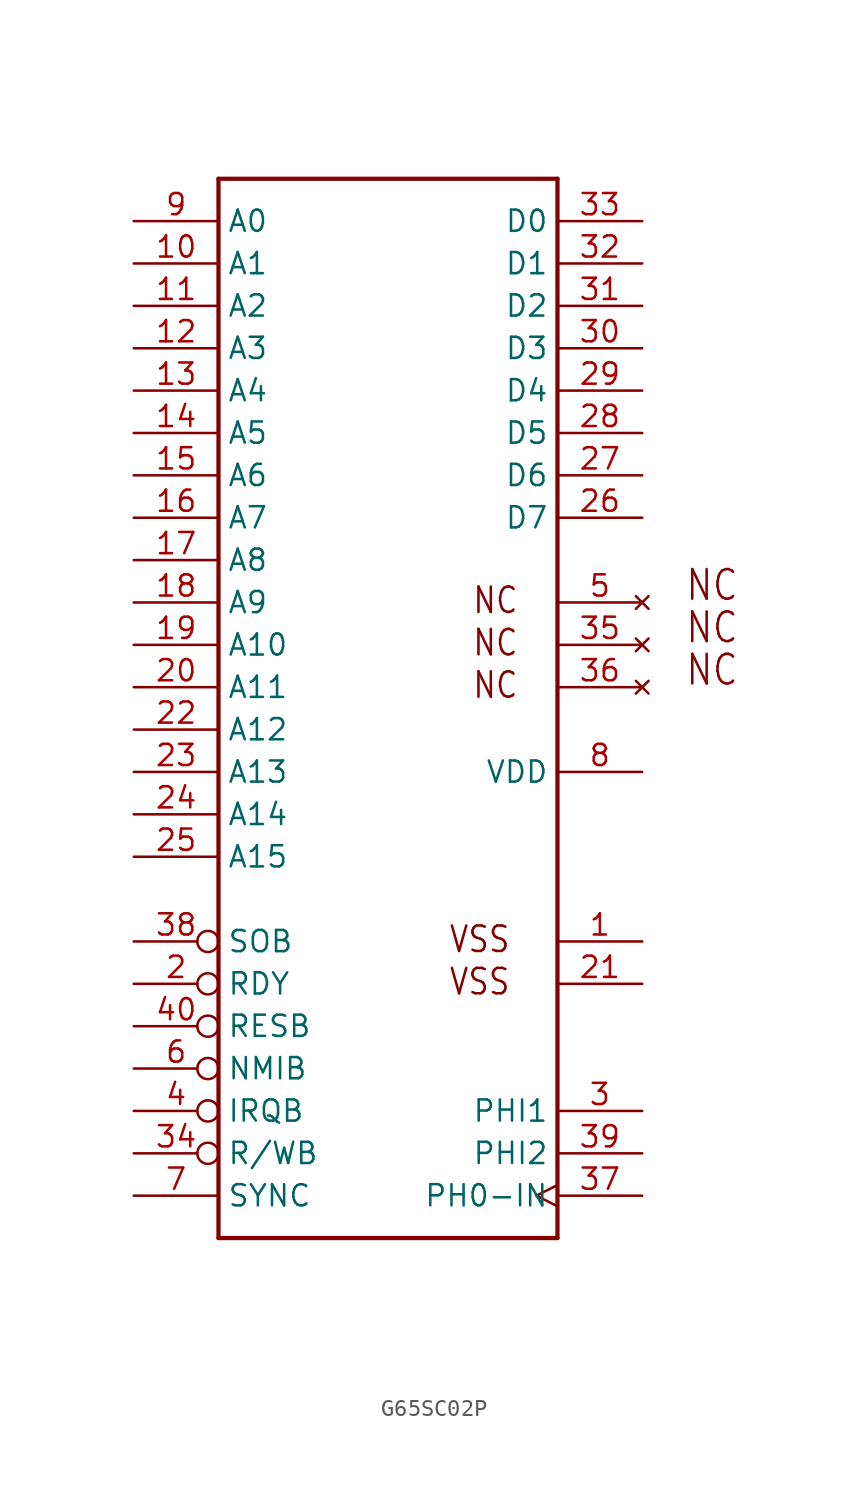
<source format=kicad_sym>
(kicad_symbol_lib
  (version 20220914)
  (generator kicad_symbol_editor)
  (symbol "G65SC02P"
    (property "Reference" "U"
      (at -10.16 27.94 0)
      (effects (font (size 1.778 1.511)) (justify left top) hide))
    (property "Value" ""
      (at -10.16 -40.64 0)
      (effects (font (size 1.778 1.511)) (justify left bottom)))
    (property "ki_locked" ""
      (at 0 0 0)
      (effects (font (size 1.27 1.27))))
    (symbol "G65SC02P_1_0"
      (polyline (pts (xy -10.16 -38.1) (xy -10.16 25.4)) (stroke (width 0.254) (type solid)) (fill (type none)))
      (polyline (pts (xy -10.16 25.4) (xy 10.16 25.4)) (stroke (width 0.254) (type solid)) (fill (type none)))
      (polyline (pts (xy 10.16 -38.1) (xy -10.16 -38.1)) (stroke (width 0.254) (type solid)) (fill (type none)))
      (polyline (pts (xy 10.16 25.4) (xy 10.16 -38.1)) (stroke (width 0.254) (type solid)) (fill (type none)))
      (text "NC" (at 5.016 -5.842 0) (effects (font (size 1.524 1.295)) (justify left bottom)))
      (text "NC" (at 5.016 -3.302 0) (effects (font (size 1.524 1.295)) (justify left bottom)))
      (text "NC" (at 5.016 -0.762 0) (effects (font (size 1.524 1.295)) (justify left bottom)))
      (text "NC" (at 17.78 -5.08 0) (effects (font (size 1.778 1.511)) (justify left bottom)))
      (text "NC" (at 17.78 -2.54 0) (effects (font (size 1.778 1.511)) (justify left bottom)))
      (text "NC" (at 17.78 0 0) (effects (font (size 1.778 1.511)) (justify left bottom)))
      (text "VSS" (at 3.607 -23.622 0) (effects (font (size 1.524 1.295)) (justify left bottom)))
      (text "VSS" (at 3.607 -21.082 0) (effects (font (size 1.524 1.295)) (justify left bottom)))
      (pin power_in line (at 15.24 -20.32 180) (length 5.08) (name "VSS$1" (effects (font (size 0 0)))) (number "1" (effects (font (size 1.27 1.27)))))
      (pin bidirectional line (at -15.24 20.32 0) (length 5.08) (name "A1" (effects (font (size 1.27 1.27)))) (number "10" (effects (font (size 1.27 1.27)))))
      (pin bidirectional line (at -15.24 17.78 0) (length 5.08) (name "A2" (effects (font (size 1.27 1.27)))) (number "11" (effects (font (size 1.27 1.27)))))
      (pin bidirectional line (at -15.24 15.24 0) (length 5.08) (name "A3" (effects (font (size 1.27 1.27)))) (number "12" (effects (font (size 1.27 1.27)))))
      (pin bidirectional line (at -15.24 12.7 0) (length 5.08) (name "A4" (effects (font (size 1.27 1.27)))) (number "13" (effects (font (size 1.27 1.27)))))
      (pin bidirectional line (at -15.24 10.16 0) (length 5.08) (name "A5" (effects (font (size 1.27 1.27)))) (number "14" (effects (font (size 1.27 1.27)))))
      (pin bidirectional line (at -15.24 7.62 0) (length 5.08) (name "A6" (effects (font (size 1.27 1.27)))) (number "15" (effects (font (size 1.27 1.27)))))
      (pin bidirectional line (at -15.24 5.08 0) (length 5.08) (name "A7" (effects (font (size 1.27 1.27)))) (number "16" (effects (font (size 1.27 1.27)))))
      (pin bidirectional line (at -15.24 2.54 0) (length 5.08) (name "A8" (effects (font (size 1.27 1.27)))) (number "17" (effects (font (size 1.27 1.27)))))
      (pin bidirectional line (at -15.24 0 0) (length 5.08) (name "A9" (effects (font (size 1.27 1.27)))) (number "18" (effects (font (size 1.27 1.27)))))
      (pin bidirectional line (at -15.24 -2.54 0) (length 5.08) (name "A10" (effects (font (size 1.27 1.27)))) (number "19" (effects (font (size 1.27 1.27)))))
      (pin bidirectional inverted (at -15.24 -22.86 0) (length 5.08) (name "RDY" (effects (font (size 1.27 1.27)))) (number "2" (effects (font (size 1.27 1.27)))))
      (pin bidirectional line (at -15.24 -5.08 0) (length 5.08) (name "A11" (effects (font (size 1.27 1.27)))) (number "20" (effects (font (size 1.27 1.27)))))
      (pin power_in line (at 15.24 -22.86 180) (length 5.08) (name "VSS$2" (effects (font (size 0 0)))) (number "21" (effects (font (size 1.27 1.27)))))
      (pin bidirectional line (at -15.24 -7.62 0) (length 5.08) (name "A12" (effects (font (size 1.27 1.27)))) (number "22" (effects (font (size 1.27 1.27)))))
      (pin bidirectional line (at -15.24 -10.16 0) (length 5.08) (name "A13" (effects (font (size 1.27 1.27)))) (number "23" (effects (font (size 1.27 1.27)))))
      (pin bidirectional line (at -15.24 -12.7 0) (length 5.08) (name "A14" (effects (font (size 1.27 1.27)))) (number "24" (effects (font (size 1.27 1.27)))))
      (pin bidirectional line (at -15.24 -15.24 0) (length 5.08) (name "A15" (effects (font (size 1.27 1.27)))) (number "25" (effects (font (size 1.27 1.27)))))
      (pin bidirectional line (at 15.24 5.08 180) (length 5.08) (name "D7" (effects (font (size 1.27 1.27)))) (number "26" (effects (font (size 1.27 1.27)))))
      (pin bidirectional line (at 15.24 7.62 180) (length 5.08) (name "D6" (effects (font (size 1.27 1.27)))) (number "27" (effects (font (size 1.27 1.27)))))
      (pin bidirectional line (at 15.24 10.16 180) (length 5.08) (name "D5" (effects (font (size 1.27 1.27)))) (number "28" (effects (font (size 1.27 1.27)))))
      (pin bidirectional line (at 15.24 12.7 180) (length 5.08) (name "D4" (effects (font (size 1.27 1.27)))) (number "29" (effects (font (size 1.27 1.27)))))
      (pin output line (at 15.24 -30.48 180) (length 5.08) (name "PHI1" (effects (font (size 1.27 1.27)))) (number "3" (effects (font (size 1.27 1.27)))))
      (pin bidirectional line (at 15.24 15.24 180) (length 5.08) (name "D3" (effects (font (size 1.27 1.27)))) (number "30" (effects (font (size 1.27 1.27)))))
      (pin bidirectional line (at 15.24 17.78 180) (length 5.08) (name "D2" (effects (font (size 1.27 1.27)))) (number "31" (effects (font (size 1.27 1.27)))))
      (pin bidirectional line (at 15.24 20.32 180) (length 5.08) (name "D1" (effects (font (size 1.27 1.27)))) (number "32" (effects (font (size 1.27 1.27)))))
      (pin bidirectional line (at 15.24 22.86 180) (length 5.08) (name "D0" (effects (font (size 1.27 1.27)))) (number "33" (effects (font (size 1.27 1.27)))))
      (pin output inverted (at -15.24 -33.02 0) (length 5.08) (name "R/WB" (effects (font (size 1.27 1.27)))) (number "34" (effects (font (size 1.27 1.27)))))
      (pin no_connect line (at 15.24 -2.54 180) (length 5.08) (name "NC$2" (effects (font (size 0 0)))) (number "35" (effects (font (size 1.27 1.27)))))
      (pin no_connect line (at 15.24 -5.08 180) (length 5.08) (name "NC$3" (effects (font (size 0 0)))) (number "36" (effects (font (size 1.27 1.27)))))
      (pin input clock (at 15.24 -35.56 180) (length 5.08) (name "PH0-IN" (effects (font (size 1.27 1.27)))) (number "37" (effects (font (size 1.27 1.27)))))
      (pin input inverted (at -15.24 -20.32 0) (length 5.08) (name "SOB" (effects (font (size 1.27 1.27)))) (number "38" (effects (font (size 1.27 1.27)))))
      (pin output line (at 15.24 -33.02 180) (length 5.08) (name "PHI2" (effects (font (size 1.27 1.27)))) (number "39" (effects (font (size 1.27 1.27)))))
      (pin input inverted (at -15.24 -30.48 0) (length 5.08) (name "IRQB" (effects (font (size 1.27 1.27)))) (number "4" (effects (font (size 1.27 1.27)))))
      (pin input inverted (at -15.24 -25.4 0) (length 5.08) (name "RESB" (effects (font (size 1.27 1.27)))) (number "40" (effects (font (size 1.27 1.27)))))
      (pin no_connect line (at 15.24 0 180) (length 5.08) (name "NC$1" (effects (font (size 0 0)))) (number "5" (effects (font (size 1.27 1.27)))))
      (pin input inverted (at -15.24 -27.94 0) (length 5.08) (name "NMIB" (effects (font (size 1.27 1.27)))) (number "6" (effects (font (size 1.27 1.27)))))
      (pin output line (at -15.24 -35.56 0) (length 5.08) (name "SYNC" (effects (font (size 1.27 1.27)))) (number "7" (effects (font (size 1.27 1.27)))))
      (pin power_in line (at 15.24 -10.16 180) (length 5.08) (name "VDD" (effects (font (size 1.27 1.27)))) (number "8" (effects (font (size 1.27 1.27)))))
      (pin bidirectional line (at -15.24 22.86 0) (length 5.08) (name "A0" (effects (font (size 1.27 1.27)))) (number "9" (effects (font (size 1.27 1.27))))))))
</source>
